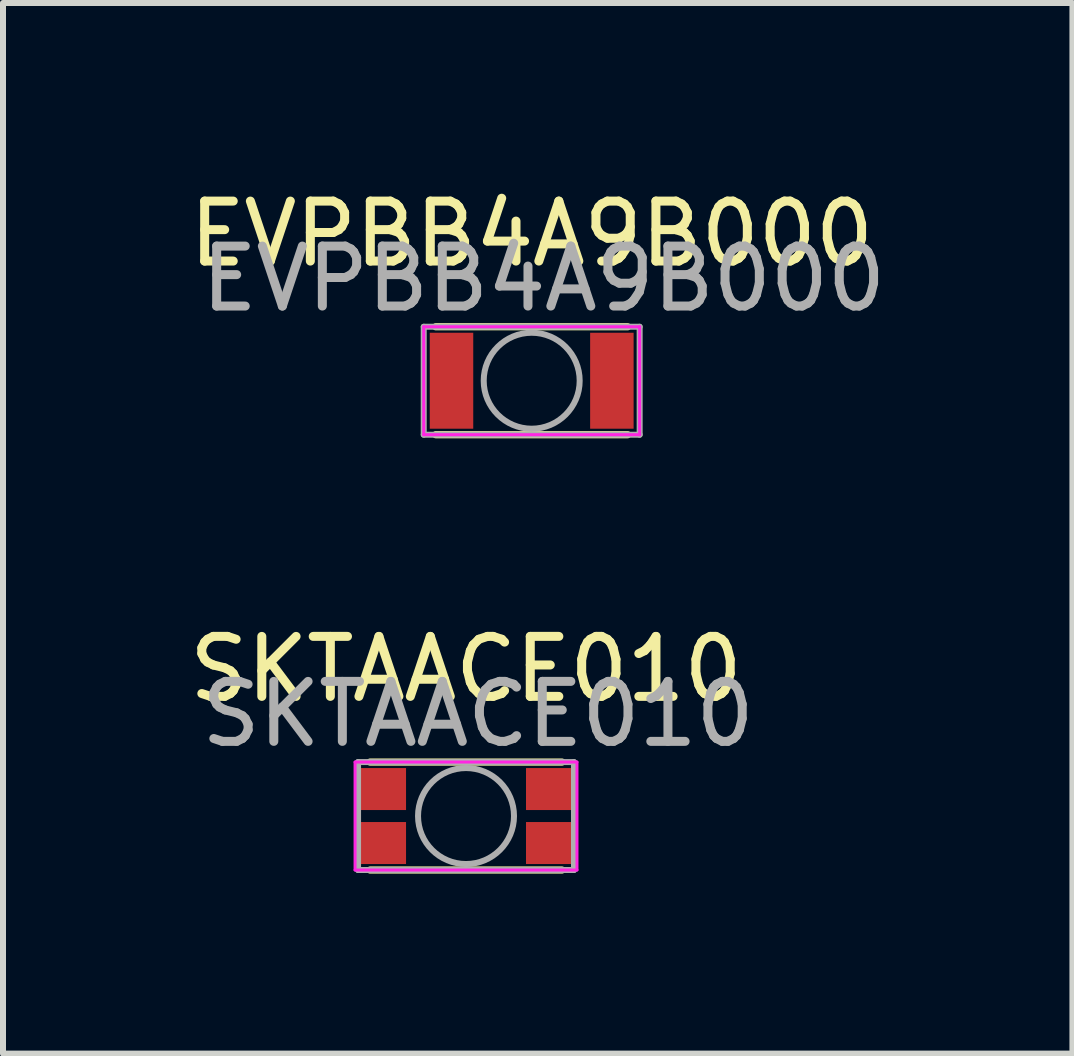
<source format=kicad_pcb>
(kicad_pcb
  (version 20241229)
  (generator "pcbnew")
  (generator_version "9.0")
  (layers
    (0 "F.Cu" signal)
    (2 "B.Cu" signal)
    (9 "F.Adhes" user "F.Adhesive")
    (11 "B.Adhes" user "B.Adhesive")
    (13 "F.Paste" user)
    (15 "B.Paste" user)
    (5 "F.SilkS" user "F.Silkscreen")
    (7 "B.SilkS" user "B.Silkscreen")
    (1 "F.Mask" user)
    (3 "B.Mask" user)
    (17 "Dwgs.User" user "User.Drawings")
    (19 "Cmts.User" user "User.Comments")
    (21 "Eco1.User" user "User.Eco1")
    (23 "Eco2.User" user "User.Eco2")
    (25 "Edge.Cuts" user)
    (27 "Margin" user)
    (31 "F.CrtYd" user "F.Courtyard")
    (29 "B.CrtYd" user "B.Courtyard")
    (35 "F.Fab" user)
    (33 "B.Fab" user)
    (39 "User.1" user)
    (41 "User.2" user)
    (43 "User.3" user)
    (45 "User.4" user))
  (footprint "EVPBB4A9B000"
    (layer "F.Cu")
    (at 5.815 3.298)
    (property "Reference" "EVPBB4A9B000" (at 0 -2.45 0) (layer "F.SilkS") (effects (font (size 1 1) (thickness 0.15))))
    (attr smd)
    (fp_line (start -1.6 0.9) (end 1.6 0.9) (stroke (width 0.12) (type solid)) (layer "F.SilkS"))
    (fp_line (start 1.6 -0.9) (end -1.6 -0.9) (stroke (width 0.12) (type solid)) (layer "F.SilkS"))
    (fp_line (start -1.8 -0.9) (end 1.8 -0.9) (stroke (width 0.05) (type solid)) (layer "F.CrtYd"))
    (fp_line (start -1.8 0.9) (end -1.8 -0.9) (stroke (width 0.05) (type solid)) (layer "F.CrtYd"))
    (fp_line (start 1.8 -0.9) (end 1.8 0.9) (stroke (width 0.05) (type solid)) (layer "F.CrtYd"))
    (fp_line (start 1.8 0.9) (end -1.8 0.9) (stroke (width 0.05) (type solid)) (layer "F.CrtYd"))
    (fp_line (start -1.8 -0.9) (end 1.8 -0.9) (stroke (width 0.1) (type solid)) (layer "F.Fab"))
    (fp_line (start -1.8 0.9) (end -1.8 -0.9) (stroke (width 0.1) (type solid)) (layer "F.Fab"))
    (fp_line (start 1.8 -0.9) (end 1.8 0.9) (stroke (width 0.1) (type solid)) (layer "F.Fab"))
    (fp_line (start 1.8 0.9) (end -1.8 0.9) (stroke (width 0.1) (type solid)) (layer "F.Fab"))
    (fp_circle (center 0 0) (end 0 0.8) (stroke (width 0.1) (type solid)) (fill no) (layer "F.Fab"))
    (fp_text user "${REFERENCE}" (at 0.2 -1.7 0) (layer "F.Fab") (effects (font (size 1 1) (thickness 0.15))))
    (pad "1" smd rect (at 1.337 0) (size 0.725 1.6) (layers "F.Cu" "F.Mask" "F.Paste"))
    (pad "2" smd rect (at -1.337 0) (size 0.725 1.6) (layers "F.Cu" "F.Mask" "F.Paste")))
  (footprint "SKTAACE010"
    (layer "F.Cu")
    (at 4.72 10.556)
    (property "Reference" "SKTAACE010" (at 0 -2.45 0) (layer "F.SilkS") (effects (font (size 1 1) (thickness 0.15))))
    (attr smd)
    (fp_line (start -1.6 0.9) (end 1.6 0.9) (stroke (width 0.12) (type solid)) (layer "F.SilkS"))
    (fp_line (start 1.6 -0.9) (end -1.6 -0.9) (stroke (width 0.12) (type solid)) (layer "F.SilkS"))
    (fp_line (start -1.85 -0.9) (end 1.85 -0.9) (stroke (width 0.05) (type solid)) (layer "F.CrtYd"))
    (fp_line (start -1.85 0.9) (end -1.85 -0.9) (stroke (width 0.05) (type solid)) (layer "F.CrtYd"))
    (fp_line (start 1.85 -0.9) (end 1.85 0.9) (stroke (width 0.05) (type solid)) (layer "F.CrtYd"))
    (fp_line (start 1.85 0.9) (end -1.85 0.9) (stroke (width 0.05) (type solid)) (layer "F.CrtYd"))
    (fp_line (start -1.8 -0.9) (end 1.8 -0.9) (stroke (width 0.1) (type solid)) (layer "F.Fab"))
    (fp_line (start -1.8 0.9) (end -1.8 -0.9) (stroke (width 0.1) (type solid)) (layer "F.Fab"))
    (fp_line (start 1.8 -0.9) (end 1.8 0.9) (stroke (width 0.1) (type solid)) (layer "F.Fab"))
    (fp_line (start 1.8 0.9) (end -1.8 0.9) (stroke (width 0.1) (type solid)) (layer "F.Fab"))
    (fp_circle (center 0 0) (end 0 0.8) (stroke (width 0.1) (type solid)) (fill no) (layer "F.Fab"))
    (fp_text user "${REFERENCE}" (at 0.2 -1.7 0) (layer "F.Fab") (effects (font (size 1 1) (thickness 0.15))))
    (pad "1" smd rect (at 1.4 -0.45) (size 0.8 0.7) (layers "F.Cu" "F.Mask" "F.Paste"))
    (pad "1" smd rect (at 1.4 0.45 90) (size 0.7 0.8) (layers "F.Cu" "F.Mask" "F.Paste"))
    (pad "2" smd rect (at -1.4 -0.45) (size 0.8 0.7) (layers "F.Cu" "F.Mask" "F.Paste"))
    (pad "2" smd rect (at -1.4 0.45 90) (size 0.7 0.8) (layers "F.Cu" "F.Mask" "F.Paste")))
  (gr_rect
    (start -3 -3)
    (end 14.831 14.517)
    (stroke (width 0.1) (type default))
    (fill no)
    (layer "Edge.Cuts")))
</source>
